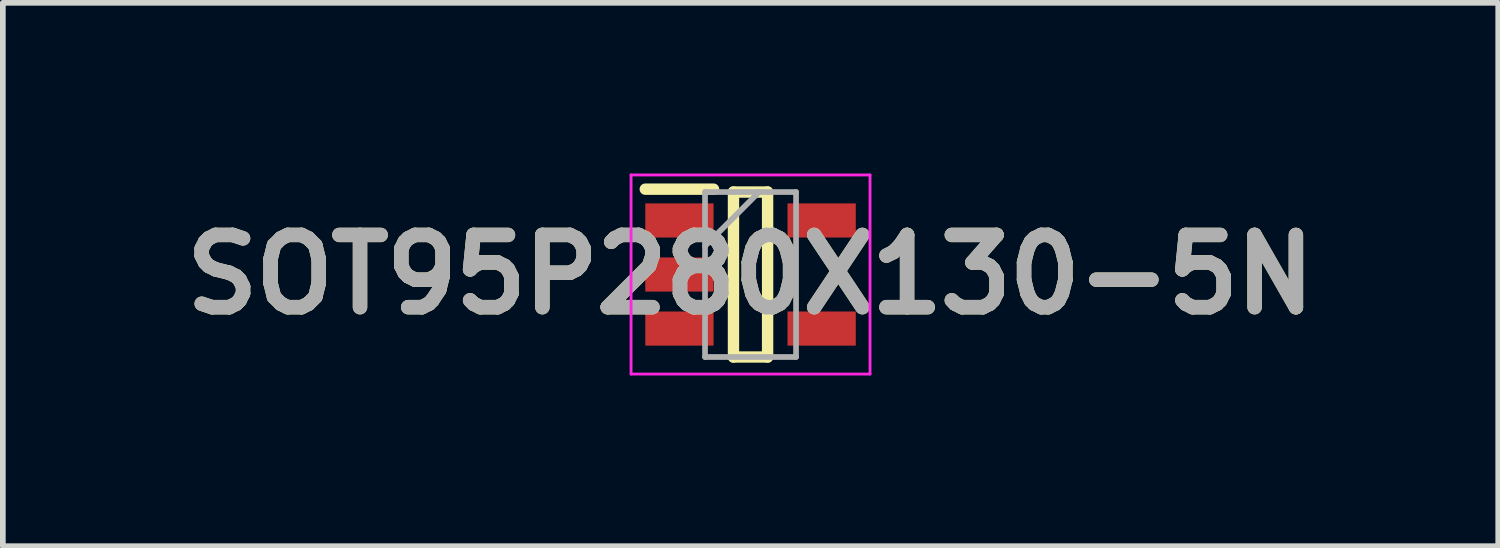
<source format=kicad_pcb>
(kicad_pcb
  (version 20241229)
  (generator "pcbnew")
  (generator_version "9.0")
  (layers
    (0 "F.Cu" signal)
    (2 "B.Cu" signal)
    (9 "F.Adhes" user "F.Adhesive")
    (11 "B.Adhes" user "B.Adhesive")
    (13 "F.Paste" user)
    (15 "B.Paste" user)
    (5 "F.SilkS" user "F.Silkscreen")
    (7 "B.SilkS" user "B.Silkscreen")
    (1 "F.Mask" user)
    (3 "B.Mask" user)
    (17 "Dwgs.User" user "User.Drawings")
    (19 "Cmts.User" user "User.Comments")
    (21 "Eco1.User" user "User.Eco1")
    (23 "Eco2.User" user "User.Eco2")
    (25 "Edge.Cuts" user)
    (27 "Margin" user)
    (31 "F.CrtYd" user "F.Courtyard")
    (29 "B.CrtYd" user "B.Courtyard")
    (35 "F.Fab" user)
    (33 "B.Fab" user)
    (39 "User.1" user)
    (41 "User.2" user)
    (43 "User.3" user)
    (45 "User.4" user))
  (footprint "SOT95P280X130-5N"
    (layer "F.Cu")
    (at 10.142 1.775)
    (property "Reference" "SOT95P280X130-5N" (at 0 0 0) (layer "F.SilkS") (effects (font (size 1.27 1.27) (thickness 0.254))))
    (attr smd)
    (fp_line (start -1.85 -1.5) (end -0.65 -1.5) (stroke (width 0.2) (type solid)) (layer "F.SilkS"))
    (fp_line (start -0.3 -1.45) (end 0.3 -1.45) (stroke (width 0.2) (type solid)) (layer "F.SilkS"))
    (fp_line (start -0.3 1.45) (end -0.3 -1.45) (stroke (width 0.2) (type solid)) (layer "F.SilkS"))
    (fp_line (start 0.3 -1.45) (end 0.3 1.45) (stroke (width 0.2) (type solid)) (layer "F.SilkS"))
    (fp_line (start 0.3 1.45) (end -0.3 1.45) (stroke (width 0.2) (type solid)) (layer "F.SilkS"))
    (fp_line (start -2.1 -1.75) (end 2.1 -1.75) (stroke (width 0.05) (type solid)) (layer "F.CrtYd"))
    (fp_line (start -2.1 1.75) (end -2.1 -1.75) (stroke (width 0.05) (type solid)) (layer "F.CrtYd"))
    (fp_line (start 2.1 -1.75) (end 2.1 1.75) (stroke (width 0.05) (type solid)) (layer "F.CrtYd"))
    (fp_line (start 2.1 1.75) (end -2.1 1.75) (stroke (width 0.05) (type solid)) (layer "F.CrtYd"))
    (fp_line (start -0.8 -1.45) (end 0.8 -1.45) (stroke (width 0.1) (type solid)) (layer "F.Fab"))
    (fp_line (start -0.8 -0.5) (end 0.15 -1.45) (stroke (width 0.1) (type solid)) (layer "F.Fab"))
    (fp_line (start -0.8 1.45) (end -0.8 -1.45) (stroke (width 0.1) (type solid)) (layer "F.Fab"))
    (fp_line (start 0.8 -1.45) (end 0.8 1.45) (stroke (width 0.1) (type solid)) (layer "F.Fab"))
    (fp_line (start 0.8 1.45) (end -0.8 1.45) (stroke (width 0.1) (type solid)) (layer "F.Fab"))
    (fp_text user "${REFERENCE}" (at 0 0 0) (layer "F.Fab") (effects (font (size 1.27 1.27) (thickness 0.254))))
    (pad "1" smd rect (at -1.25 -0.95 90) (size 0.6 1.2) (layers "F.Cu" "F.Mask" "F.Paste"))
    (pad "2" smd rect (at -1.25 0 90) (size 0.6 1.2) (layers "F.Cu" "F.Mask" "F.Paste"))
    (pad "3" smd rect (at -1.25 0.95 90) (size 0.6 1.2) (layers "F.Cu" "F.Mask" "F.Paste"))
    (pad "4" smd rect (at 1.25 0.95 90) (size 0.6 1.2) (layers "F.Cu" "F.Mask" "F.Paste"))
    (pad "5" smd rect (at 1.25 -0.95 90) (size 0.6 1.2) (layers "F.Cu" "F.Mask" "F.Paste")))
  (gr_rect
    (start -3 -3)
    (end 23.284 6.55)
    (stroke (width 0.1) (type default))
    (fill no)
    (layer "Edge.Cuts")))
</source>
